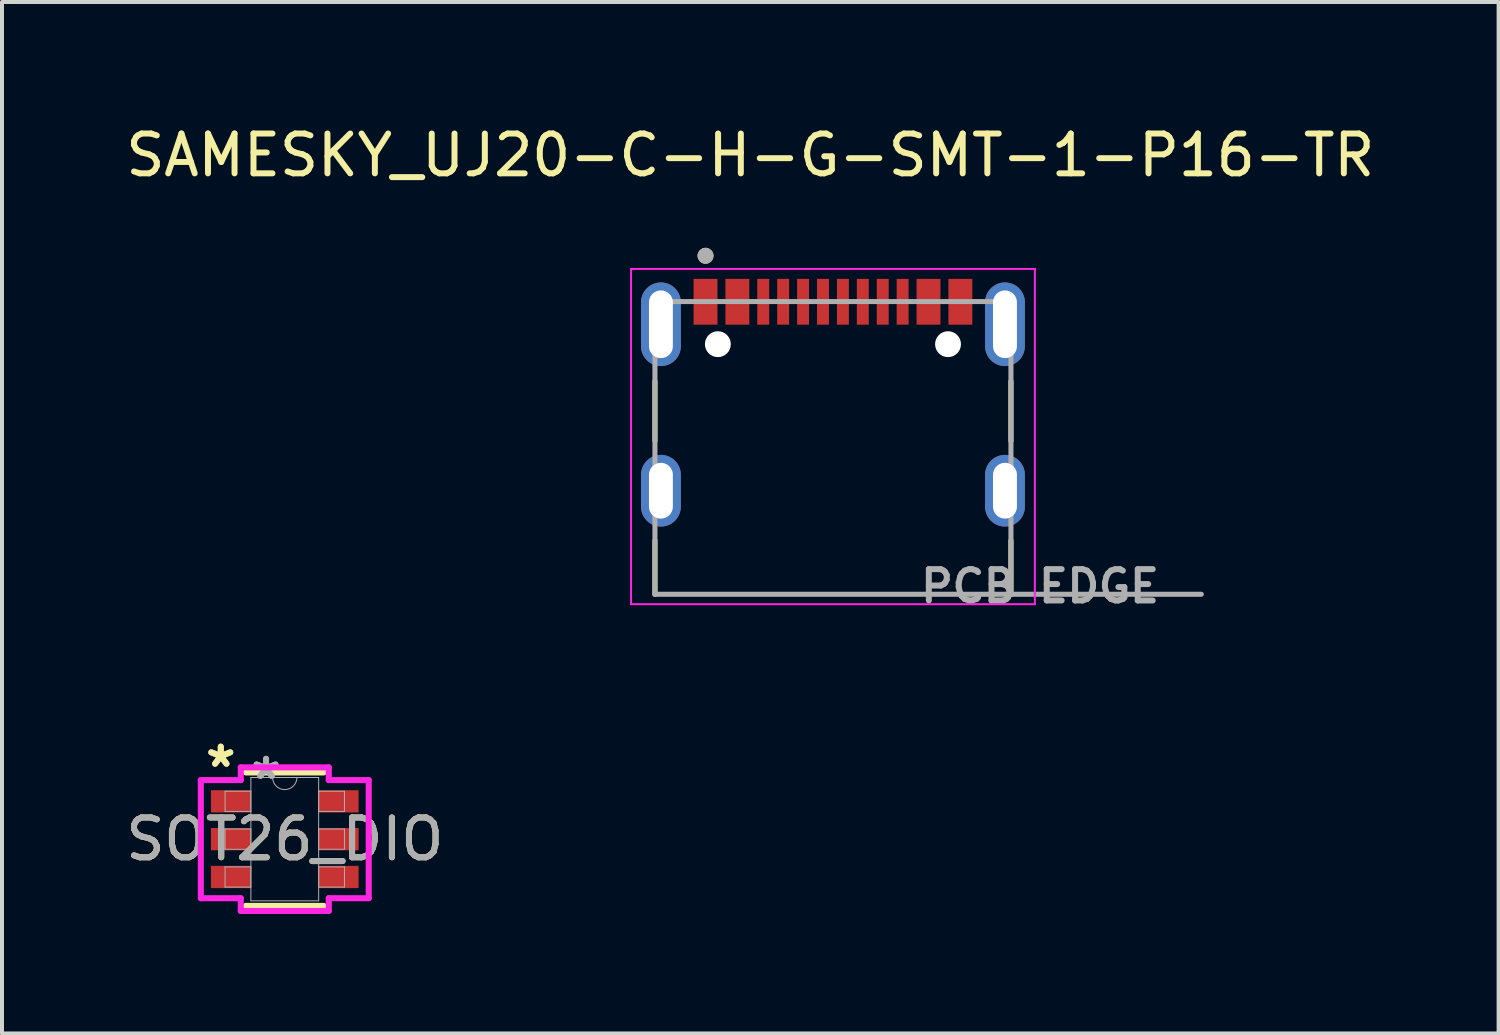
<source format=kicad_pcb>
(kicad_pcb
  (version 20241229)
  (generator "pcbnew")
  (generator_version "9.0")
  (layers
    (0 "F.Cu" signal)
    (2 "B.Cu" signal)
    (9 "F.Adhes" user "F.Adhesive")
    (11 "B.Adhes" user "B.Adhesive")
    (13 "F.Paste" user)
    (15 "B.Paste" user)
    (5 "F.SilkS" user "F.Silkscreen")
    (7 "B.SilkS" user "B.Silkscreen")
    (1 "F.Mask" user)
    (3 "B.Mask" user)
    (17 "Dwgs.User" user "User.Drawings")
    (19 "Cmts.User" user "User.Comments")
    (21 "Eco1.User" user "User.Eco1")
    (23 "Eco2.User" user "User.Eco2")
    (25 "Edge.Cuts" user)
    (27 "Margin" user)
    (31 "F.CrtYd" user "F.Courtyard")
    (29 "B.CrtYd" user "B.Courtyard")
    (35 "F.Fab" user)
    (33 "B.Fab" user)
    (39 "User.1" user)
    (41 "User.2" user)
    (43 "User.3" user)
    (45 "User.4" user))
  (footprint "SAMESKY_UJ20-C-H-G-SMT-1-P16-TR"
    (layer "F.Cu")
    (at 17.867 11.873)
    (property "Reference" "SAMESKY_UJ20-C-H-G-SMT-1-P16-TR" (at -2.075 -11.025 0) (layer "F.SilkS") (effects (font (size 1 1) (thickness 0.15))))
    (attr smd)
    (fp_line (start -4.47 -5.35) (end -4.47 -3.85) (stroke (width 0.127) (type solid)) (layer "F.SilkS"))
    (fp_line (start -4.47 -1.35) (end -4.47 0) (stroke (width 0.127) (type solid)) (layer "F.SilkS"))
    (fp_line (start 4.47 -5.35) (end 4.47 -3.85) (stroke (width 0.127) (type solid)) (layer "F.SilkS"))
    (fp_line (start 4.47 -1.35) (end 4.47 0) (stroke (width 0.127) (type solid)) (layer "F.SilkS"))
    (fp_circle (center -3.2 -8.5) (end -3.1 -8.5) (stroke (width 0.2) (type solid)) (fill no) (layer "F.SilkS"))
    (fp_line (start -5.07 -8.17) (end -5.07 0.25) (stroke (width 0.05) (type solid)) (layer "F.CrtYd"))
    (fp_line (start -5.07 0.25) (end 5.07 0.25) (stroke (width 0.05) (type solid)) (layer "F.CrtYd"))
    (fp_line (start 5.07 -8.17) (end -5.07 -8.17) (stroke (width 0.05) (type solid)) (layer "F.CrtYd"))
    (fp_line (start 5.07 0.25) (end 5.07 -8.17) (stroke (width 0.05) (type solid)) (layer "F.CrtYd"))
    (fp_line (start -4.47 -7.35) (end -4.47 0) (stroke (width 0.127) (type solid)) (layer "F.Fab"))
    (fp_line (start -4.47 0) (end 4.47 0) (stroke (width 0.127) (type solid)) (layer "F.Fab"))
    (fp_line (start 4.47 -7.35) (end -4.47 -7.35) (stroke (width 0.127) (type solid)) (layer "F.Fab"))
    (fp_line (start 4.47 0) (end 4.47 -7.35) (stroke (width 0.127) (type solid)) (layer "F.Fab"))
    (fp_line (start 4.47 0) (end 9.25 0) (stroke (width 0.127) (type solid)) (layer "F.Fab"))
    (fp_circle (center -3.2 -8.5) (end -3.1 -8.5) (stroke (width 0.2) (type solid)) (fill no) (layer "F.Fab"))
    (fp_text user "PCB EDGE" (at 5.2 -0.2 0) (layer "F.Fab") (effects (font (size 0.787 0.787) (thickness 0.15))))
    (pad "" np_thru_hole circle (at -2.89 -6.28) (size 0.65 0.65) (drill 0.65) (layers "*.Cu" "*.Mask"))
    (pad "" np_thru_hole circle (at 2.89 -6.28) (size 0.65 0.65) (drill 0.65) (layers "*.Cu" "*.Mask"))
    (pad "A1_B12" smd rect (at -3.2 -7.345) (size 0.6 1.15) (layers "F.Cu" "F.Mask" "F.Paste"))
    (pad "A4_B9" smd rect (at -2.4 -7.345) (size 0.6 1.15) (layers "F.Cu" "F.Mask" "F.Paste"))
    (pad "A5" smd rect (at -1.25 -7.345) (size 0.3 1.15) (layers "F.Cu" "F.Mask" "F.Paste"))
    (pad "A6" smd rect (at -0.25 -7.345) (size 0.3 1.15) (layers "F.Cu" "F.Mask" "F.Paste"))
    (pad "A7" smd rect (at 0.25 -7.345) (size 0.3 1.15) (layers "F.Cu" "F.Mask" "F.Paste"))
    (pad "A8" smd rect (at 1.25 -7.345) (size 0.3 1.15) (layers "F.Cu" "F.Mask" "F.Paste"))
    (pad "B1_A12" smd rect (at 3.2 -7.345) (size 0.6 1.15) (layers "F.Cu" "F.Mask" "F.Paste"))
    (pad "B4_A9" smd rect (at 2.4 -7.345) (size 0.6 1.15) (layers "F.Cu" "F.Mask" "F.Paste"))
    (pad "B5" smd rect (at 1.75 -7.345) (size 0.3 1.15) (layers "F.Cu" "F.Mask" "F.Paste"))
    (pad "B6" smd rect (at 0.75 -7.345) (size 0.3 1.15) (layers "F.Cu" "F.Mask" "F.Paste"))
    (pad "B7" smd rect (at -0.75 -7.345) (size 0.3 1.15) (layers "F.Cu" "F.Mask" "F.Paste"))
    (pad "B8" smd rect (at -1.75 -7.345) (size 0.3 1.15) (layers "F.Cu" "F.Mask" "F.Paste"))
    (pad "SH1" thru_hole oval (at -4.32 -6.78) (size 1 2.1) (drill oval 0.6 1.7) (layers "*.Cu" "*.Mask"))
    (pad "SH2" thru_hole oval (at 4.32 -6.78) (size 1 2.1) (drill oval 0.6 1.7) (layers "*.Cu" "*.Mask"))
    (pad "SH3" thru_hole oval (at -4.32 -2.6) (size 1 1.8) (drill oval 0.6 1.4) (layers "*.Cu" "*.Mask"))
    (pad "SH4" thru_hole oval (at 4.32 -2.6) (size 1 1.8) (drill oval 0.6 1.4) (layers "*.Cu" "*.Mask")))
  (footprint "SOT26_DIO"
    (layer "F.Cu")
    (at 4.101 18.023)
    (property "Reference" "SOT26_DIO" (at 0 0 0) (unlocked yes) (layer "F.SilkS") (effects (font (size 1 1) (thickness 0.15))))
    (attr smd)
    (fp_line (start -0.978 1.676) (end 0.978 1.676) (stroke (width 0.152) (type solid)) (layer "F.SilkS"))
    (fp_line (start 0.978 -1.676) (end -0.978 -1.676) (stroke (width 0.152) (type solid)) (layer "F.SilkS"))
    (fp_line (start -2.108 -1.483) (end -1.105 -1.483) (stroke (width 0.152) (type solid)) (layer "F.CrtYd"))
    (fp_line (start -2.108 1.483) (end -2.108 -1.483) (stroke (width 0.152) (type solid)) (layer "F.CrtYd"))
    (fp_line (start -2.108 1.483) (end -1.105 1.483) (stroke (width 0.152) (type solid)) (layer "F.CrtYd"))
    (fp_line (start -1.105 -1.803) (end 1.105 -1.803) (stroke (width 0.152) (type solid)) (layer "F.CrtYd"))
    (fp_line (start -1.105 -1.483) (end -1.105 -1.803) (stroke (width 0.152) (type solid)) (layer "F.CrtYd"))
    (fp_line (start -1.105 1.803) (end -1.105 1.483) (stroke (width 0.152) (type solid)) (layer "F.CrtYd"))
    (fp_line (start 1.105 -1.803) (end 1.105 -1.483) (stroke (width 0.152) (type solid)) (layer "F.CrtYd"))
    (fp_line (start 1.105 1.483) (end 1.105 1.803) (stroke (width 0.152) (type solid)) (layer "F.CrtYd"))
    (fp_line (start 1.105 1.803) (end -1.105 1.803) (stroke (width 0.152) (type solid)) (layer "F.CrtYd"))
    (fp_line (start 2.108 -1.483) (end 1.105 -1.483) (stroke (width 0.152) (type solid)) (layer "F.CrtYd"))
    (fp_line (start 2.108 -1.483) (end 2.108 1.483) (stroke (width 0.152) (type solid)) (layer "F.CrtYd"))
    (fp_line (start 2.108 1.483) (end 1.105 1.483) (stroke (width 0.152) (type solid)) (layer "F.CrtYd"))
    (fp_line (start -1.499 -1.204) (end -1.499 -0.696) (stroke (width 0.025) (type solid)) (layer "F.Fab"))
    (fp_line (start -1.499 -0.696) (end -0.851 -0.696) (stroke (width 0.025) (type solid)) (layer "F.Fab"))
    (fp_line (start -1.499 -0.254) (end -1.499 0.254) (stroke (width 0.025) (type solid)) (layer "F.Fab"))
    (fp_line (start -1.499 0.254) (end -0.851 0.254) (stroke (width 0.025) (type solid)) (layer "F.Fab"))
    (fp_line (start -1.499 0.696) (end -1.499 1.204) (stroke (width 0.025) (type solid)) (layer "F.Fab"))
    (fp_line (start -1.499 1.204) (end -0.851 1.204) (stroke (width 0.025) (type solid)) (layer "F.Fab"))
    (fp_line (start -0.851 -1.549) (end -0.851 1.549) (stroke (width 0.025) (type solid)) (layer "F.Fab"))
    (fp_line (start -0.851 -1.204) (end -1.499 -1.204) (stroke (width 0.025) (type solid)) (layer "F.Fab"))
    (fp_line (start -0.851 -0.696) (end -0.851 -1.204) (stroke (width 0.025) (type solid)) (layer "F.Fab"))
    (fp_line (start -0.851 -0.254) (end -1.499 -0.254) (stroke (width 0.025) (type solid)) (layer "F.Fab"))
    (fp_line (start -0.851 0.254) (end -0.851 -0.254) (stroke (width 0.025) (type solid)) (layer "F.Fab"))
    (fp_line (start -0.851 0.696) (end -1.499 0.696) (stroke (width 0.025) (type solid)) (layer "F.Fab"))
    (fp_line (start -0.851 1.204) (end -0.851 0.696) (stroke (width 0.025) (type solid)) (layer "F.Fab"))
    (fp_line (start -0.851 1.549) (end 0.851 1.549) (stroke (width 0.025) (type solid)) (layer "F.Fab"))
    (fp_line (start 0.851 -1.549) (end -0.851 -1.549) (stroke (width 0.025) (type solid)) (layer "F.Fab"))
    (fp_line (start 0.851 -1.204) (end 0.851 -0.696) (stroke (width 0.025) (type solid)) (layer "F.Fab"))
    (fp_line (start 0.851 -0.696) (end 1.499 -0.696) (stroke (width 0.025) (type solid)) (layer "F.Fab"))
    (fp_line (start 0.851 -0.254) (end 0.851 0.254) (stroke (width 0.025) (type solid)) (layer "F.Fab"))
    (fp_line (start 0.851 0.254) (end 1.499 0.254) (stroke (width 0.025) (type solid)) (layer "F.Fab"))
    (fp_line (start 0.851 0.696) (end 0.851 1.204) (stroke (width 0.025) (type solid)) (layer "F.Fab"))
    (fp_line (start 0.851 1.204) (end 1.499 1.204) (stroke (width 0.025) (type solid)) (layer "F.Fab"))
    (fp_line (start 0.851 1.549) (end 0.851 -1.549) (stroke (width 0.025) (type solid)) (layer "F.Fab"))
    (fp_line (start 1.499 -1.204) (end 0.851 -1.204) (stroke (width 0.025) (type solid)) (layer "F.Fab"))
    (fp_line (start 1.499 -0.696) (end 1.499 -1.204) (stroke (width 0.025) (type solid)) (layer "F.Fab"))
    (fp_line (start 1.499 -0.254) (end 0.851 -0.254) (stroke (width 0.025) (type solid)) (layer "F.Fab"))
    (fp_line (start 1.499 0.254) (end 1.499 -0.254) (stroke (width 0.025) (type solid)) (layer "F.Fab"))
    (fp_line (start 1.499 0.696) (end 0.851 0.696) (stroke (width 0.025) (type solid)) (layer "F.Fab"))
    (fp_line (start 1.499 1.204) (end 1.499 0.696) (stroke (width 0.025) (type solid)) (layer "F.Fab"))
    (fp_arc (start 0.3048 -1.5494) (mid 0 -1.2446) (end -0.3048 -1.5494) (stroke (width 0.0254) (type solid)) (layer "F.Fab"))
    (fp_text user "*" (at -1.607 -1.778 0) (layer "F.SilkS") (effects (font (size 1 1) (thickness 0.15))))
    (fp_text user "*" (at -1.607 -1.778 0) (unlocked yes) (layer "F.SilkS") (effects (font (size 1 1) (thickness 0.15))))
    (fp_text user "${REFERENCE}" (at 0 0 0) (unlocked yes) (layer "F.Fab") (effects (font (size 1 1) (thickness 0.15))))
    (fp_text user "*" (at -0.47 -1.473 0) (unlocked yes) (layer "F.Fab") (effects (font (size 1 1) (thickness 0.15))))
    (fp_text user "*" (at -0.47 -1.473 0) (layer "F.Fab") (effects (font (size 1 1) (thickness 0.15))))
    (pad "1" smd rect (at -1.353 -0.95) (size 1.003 0.559) (layers "F.Cu" "F.Mask" "F.Paste"))
    (pad "2" smd rect (at -1.353 0) (size 1.003 0.559) (layers "F.Cu" "F.Mask" "F.Paste"))
    (pad "3" smd rect (at -1.353 0.95) (size 1.003 0.559) (layers "F.Cu" "F.Mask" "F.Paste"))
    (pad "4" smd rect (at 1.353 0.95) (size 1.003 0.559) (layers "F.Cu" "F.Mask" "F.Paste"))
    (pad "5" smd rect (at 1.353 0) (size 1.003 0.559) (layers "F.Cu" "F.Mask" "F.Paste"))
    (pad "6" smd rect (at 1.353 -0.95) (size 1.003 0.559) (layers "F.Cu" "F.Mask" "F.Paste")))
  (gr_rect
    (start -3 -3)
    (end 34.583 22.903)
    (stroke (width 0.1) (type default))
    (fill no)
    (layer "Edge.Cuts")))
</source>
